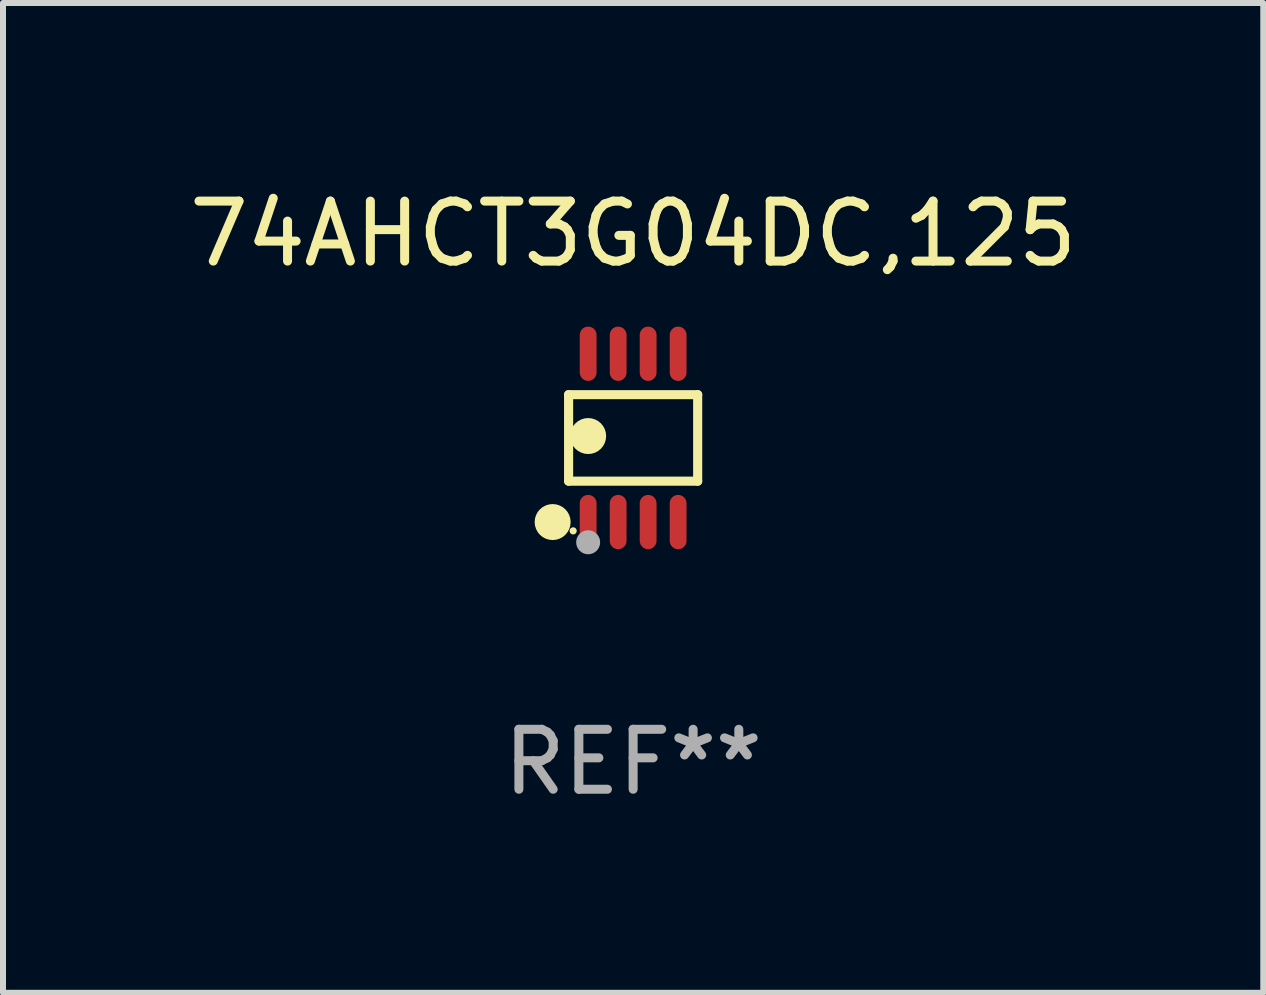
<source format=kicad_pcb>
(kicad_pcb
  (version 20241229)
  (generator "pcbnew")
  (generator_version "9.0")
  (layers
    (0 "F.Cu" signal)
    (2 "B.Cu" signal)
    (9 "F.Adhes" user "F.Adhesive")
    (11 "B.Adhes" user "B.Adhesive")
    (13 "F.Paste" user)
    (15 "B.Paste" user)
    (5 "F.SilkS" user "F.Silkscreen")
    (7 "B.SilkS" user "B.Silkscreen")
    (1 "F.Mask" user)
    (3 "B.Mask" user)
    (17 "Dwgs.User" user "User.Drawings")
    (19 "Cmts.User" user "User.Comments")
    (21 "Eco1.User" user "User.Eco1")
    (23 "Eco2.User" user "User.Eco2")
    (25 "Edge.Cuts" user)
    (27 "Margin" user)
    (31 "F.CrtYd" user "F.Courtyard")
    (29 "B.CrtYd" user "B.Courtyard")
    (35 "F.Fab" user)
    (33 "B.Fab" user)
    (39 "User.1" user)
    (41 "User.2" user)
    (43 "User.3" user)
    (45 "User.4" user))
  (footprint "74AHCT3G04DC,125"
    (layer "F.Cu")
    (at 7.506 4.251)
    (property "Reference" "74AHCT3G04DC,125" (at 0 -3.403 0) (layer "F.SilkS") (effects (font (size 1 1) (thickness 0.15))))
    (attr through_hole)
    (fp_line (start -1.076 -0.721) (end 1.076 -0.721) (stroke (width 0.152) (type solid)) (layer "F.SilkS"))
    (fp_line (start -1.076 0.721) (end -1.076 -0.721) (stroke (width 0.152) (type solid)) (layer "F.SilkS"))
    (fp_line (start 1.076 -0.721) (end 1.076 0.721) (stroke (width 0.152) (type solid)) (layer "F.SilkS"))
    (fp_line (start 1.076 0.721) (end -1.076 0.721) (stroke (width 0.152) (type solid)) (layer "F.SilkS"))
    (fp_circle (center -1.342 1.403) (end -1.192 1.403) (stroke (width 0.3) (type solid)) (fill no) (layer "F.SilkS"))
    (fp_circle (center -1 1.55) (end -0.97 1.55) (stroke (width 0.06) (type solid)) (fill no) (layer "F.SilkS"))
    (fp_circle (center -0.75 -0.031) (end -0.6 -0.031) (stroke (width 0.3) (type solid)) (fill no) (layer "F.SilkS"))
    (fp_circle (center -0.75 1.74) (end -0.65 1.74) (stroke (width 0.2) (type solid)) (fill no) (layer "F.Fab"))
    (fp_text user "REF**" (at 0 5.403 0) (layer "F.Fab") (effects (font (size 1 1) (thickness 0.15))))
    (pad "1" smd oval (at -0.75 1.403) (size 0.28 0.905) (layers "F.Cu" "F.Mask" "F.Paste"))
    (pad "2" smd oval (at -0.25 1.403) (size 0.28 0.905) (layers "F.Cu" "F.Mask" "F.Paste"))
    (pad "3" smd oval (at 0.25 1.403) (size 0.28 0.905) (layers "F.Cu" "F.Mask" "F.Paste"))
    (pad "4" smd oval (at 0.75 1.403) (size 0.28 0.905) (layers "F.Cu" "F.Mask" "F.Paste"))
    (pad "5" smd oval (at 0.75 -1.403) (size 0.28 0.905) (layers "F.Cu" "F.Mask" "F.Paste"))
    (pad "6" smd oval (at 0.25 -1.403) (size 0.28 0.905) (layers "F.Cu" "F.Mask" "F.Paste"))
    (pad "7" smd oval (at -0.25 -1.403) (size 0.28 0.905) (layers "F.Cu" "F.Mask" "F.Paste"))
    (pad "8" smd oval (at -0.75 -1.403) (size 0.28 0.905) (layers "F.Cu" "F.Mask" "F.Paste")))
  (gr_rect
    (start -3 -3)
    (end 18.012 13.502)
    (stroke (width 0.1) (type default))
    (fill no)
    (layer "Edge.Cuts")))
</source>
